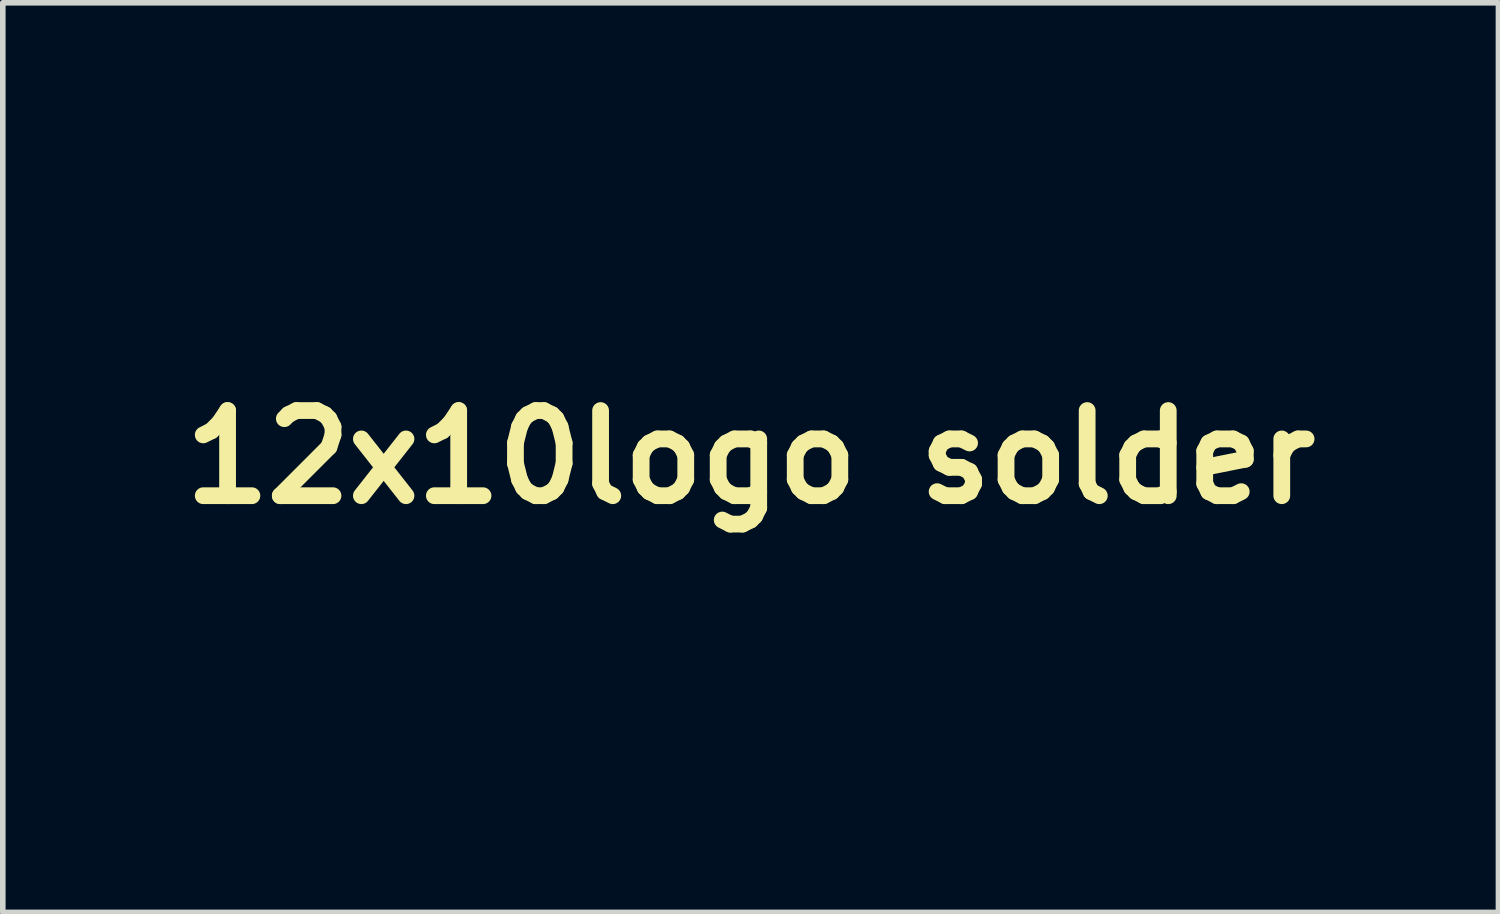
<source format=kicad_pcb>
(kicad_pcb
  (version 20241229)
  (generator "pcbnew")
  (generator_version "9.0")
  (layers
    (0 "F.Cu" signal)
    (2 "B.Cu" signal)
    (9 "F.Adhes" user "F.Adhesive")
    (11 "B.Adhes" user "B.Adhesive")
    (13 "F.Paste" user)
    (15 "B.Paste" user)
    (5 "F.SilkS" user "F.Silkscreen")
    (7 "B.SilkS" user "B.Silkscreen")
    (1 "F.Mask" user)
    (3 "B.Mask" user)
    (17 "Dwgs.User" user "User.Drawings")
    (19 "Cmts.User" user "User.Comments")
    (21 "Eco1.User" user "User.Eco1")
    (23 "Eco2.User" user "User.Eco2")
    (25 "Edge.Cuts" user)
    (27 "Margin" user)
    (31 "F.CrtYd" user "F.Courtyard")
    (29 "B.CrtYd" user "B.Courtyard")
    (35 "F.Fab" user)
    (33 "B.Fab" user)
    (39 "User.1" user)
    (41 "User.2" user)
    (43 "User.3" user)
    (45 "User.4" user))
  (footprint "12x10logo solder"
    (layer "F.Cu")
    (at 10.385 5.133)
    (property "Reference" "12x10logo solder" (at 0 0 0) (layer "F.SilkS") (effects (font (size 1.524 1.524) (thickness 0.3))))
    (attr through_hole)
    (fp_poly (pts (xy -3.111 4.763) (xy -3.251 4.763) (xy -3.251 3.759) (xy -3.111 3.759) (xy -3.111 4.763)) (stroke (width 0.01) (type solid)) (fill yes) (layer "F.Mask"))
    (fp_poly (pts (xy -3.12 3.373) (xy -3.088 3.413) (xy -3.078 3.453) (xy -3.088 3.49) (xy -3.113 3.519) (xy -3.148 3.538) (xy -3.187 3.543) (xy -3.226 3.532) (xy -3.249 3.514) (xy -3.273 3.473) (xy -3.272 3.429) (xy -3.249 3.387) (xy -3.245 3.384) (xy -3.204 3.358) (xy -3.16 3.354) (xy -3.12 3.373)) (stroke (width 0.01) (type solid)) (fill yes) (layer "F.Mask"))
    (fp_poly (pts (xy -4.771 3.435) (xy -4.693 3.436) (xy -4.632 3.437) (xy -4.586 3.44) (xy -4.549 3.444) (xy -4.518 3.449) (xy -4.489 3.456) (xy -4.461 3.464) (xy -4.362 3.507) (xy -4.28 3.569) (xy -4.215 3.645) (xy -4.17 3.733) (xy -4.147 3.831) (xy -4.146 3.935) (xy -4.153 3.984) (xy -4.186 4.085) (xy -4.237 4.17) (xy -4.308 4.239) (xy -4.382 4.283) (xy -4.445 4.313) (xy -4.358 4.433) (xy -4.314 4.495) (xy -4.265 4.563) (xy -4.22 4.627) (xy -4.199 4.658) (xy -4.125 4.763) (xy -4.206 4.762) (xy -4.286 4.761) (xy -4.432 4.552) (xy -4.578 4.344) (xy -5.042 4.343) (xy -5.042 4.763) (xy -5.195 4.763) (xy -5.192 4.216) (xy -5.042 4.216) (xy -4.809 4.216) (xy -4.71 4.216) (xy -4.632 4.213) (xy -4.574 4.209) (xy -4.531 4.202) (xy -4.513 4.198) (xy -4.449 4.169) (xy -4.388 4.124) (xy -4.339 4.07) (xy -4.317 4.033) (xy -4.301 3.978) (xy -4.293 3.91) (xy -4.295 3.838) (xy -4.307 3.772) (xy -4.308 3.767) (xy -4.336 3.712) (xy -4.381 3.659) (xy -4.437 3.614) (xy -4.49 3.588) (xy -4.519 3.579) (xy -4.555 3.572) (xy -4.603 3.567) (xy -4.665 3.563) (xy -4.746 3.56) (xy -4.797 3.559) (xy -5.042 3.553) (xy -5.042 4.216) (xy -5.192 4.216) (xy -5.191 4.099) (xy -5.188 3.435) (xy -4.87 3.435) (xy -4.771 3.435)) (stroke (width 0.01) (type solid)) (fill yes) (layer "F.Mask"))
    (fp_poly (pts (xy 5.055 3.556) (xy 4.449 3.556) (xy 4.434 3.718) (xy 4.427 3.784) (xy 4.421 3.846) (xy 4.415 3.896) (xy 4.411 3.927) (xy 4.411 3.927) (xy 4.404 3.975) (xy 4.519 3.975) (xy 4.665 3.981) (xy 4.789 3.999) (xy 4.893 4.029) (xy 4.976 4.071) (xy 5.04 4.127) (xy 5.086 4.195) (xy 5.119 4.289) (xy 5.129 4.383) (xy 5.116 4.474) (xy 5.083 4.558) (xy 5.032 4.633) (xy 4.963 4.694) (xy 4.878 4.739) (xy 4.805 4.761) (xy 4.728 4.771) (xy 4.638 4.774) (xy 4.548 4.77) (xy 4.469 4.759) (xy 4.454 4.755) (xy 4.372 4.73) (xy 4.293 4.695) (xy 4.227 4.655) (xy 4.207 4.639) (xy 4.166 4.604) (xy 4.231 4.497) (xy 4.293 4.542) (xy 4.381 4.592) (xy 4.483 4.627) (xy 4.589 4.645) (xy 4.695 4.645) (xy 4.782 4.63) (xy 4.856 4.597) (xy 4.914 4.55) (xy 4.957 4.492) (xy 4.982 4.426) (xy 4.988 4.358) (xy 4.975 4.29) (xy 4.941 4.228) (xy 4.902 4.186) (xy 4.869 4.162) (xy 4.83 4.144) (xy 4.782 4.129) (xy 4.722 4.119) (xy 4.646 4.112) (xy 4.549 4.107) (xy 4.495 4.105) (xy 4.26 4.099) (xy 4.294 3.767) (xy 4.304 3.678) (xy 4.312 3.598) (xy 4.319 3.53) (xy 4.325 3.478) (xy 4.329 3.444) (xy 4.33 3.432) (xy 4.342 3.431) (xy 4.377 3.431) (xy 4.43 3.43) (xy 4.5 3.429) (xy 4.582 3.429) (xy 4.673 3.429) (xy 4.693 3.429) (xy 5.055 3.429) (xy 5.055 3.556)) (stroke (width 0.01) (type solid)) (fill yes) (layer "F.Mask"))
    (fp_poly (pts (xy 3.179 3.428) (xy 3.306 3.455) (xy 3.312 3.457) (xy 3.36 3.474) (xy 3.385 3.491) (xy 3.39 3.514) (xy 3.376 3.547) (xy 3.366 3.565) (xy 3.341 3.606) (xy 3.28 3.578) (xy 3.247 3.564) (xy 3.212 3.556) (xy 3.168 3.552) (xy 3.108 3.55) (xy 3.086 3.55) (xy 3.022 3.551) (xy 2.976 3.554) (xy 2.94 3.561) (xy 2.905 3.573) (xy 2.881 3.584) (xy 2.792 3.638) (xy 2.721 3.71) (xy 2.669 3.8) (xy 2.634 3.907) (xy 2.618 4.031) (xy 2.617 4.083) (xy 2.617 4.185) (xy 2.645 4.147) (xy 2.713 4.075) (xy 2.795 4.021) (xy 2.888 3.985) (xy 2.986 3.968) (xy 3.087 3.969) (xy 3.185 3.99) (xy 3.277 4.03) (xy 3.35 4.083) (xy 3.411 4.15) (xy 3.449 4.225) (xy 3.468 4.312) (xy 3.471 4.369) (xy 3.46 4.471) (xy 3.427 4.561) (xy 3.372 4.637) (xy 3.298 4.699) (xy 3.206 4.745) (xy 3.175 4.755) (xy 3.115 4.767) (xy 3.042 4.773) (xy 2.965 4.773) (xy 2.895 4.767) (xy 2.867 4.761) (xy 2.766 4.725) (xy 2.68 4.669) (xy 2.608 4.593) (xy 2.551 4.498) (xy 2.51 4.385) (xy 2.508 4.376) (xy 2.667 4.376) (xy 2.679 4.453) (xy 2.711 4.521) (xy 2.762 4.576) (xy 2.828 4.619) (xy 2.907 4.647) (xy 2.996 4.658) (xy 3.091 4.651) (xy 3.11 4.647) (xy 3.189 4.619) (xy 3.254 4.571) (xy 3.301 4.51) (xy 3.328 4.437) (xy 3.334 4.357) (xy 3.323 4.29) (xy 3.289 4.216) (xy 3.237 4.159) (xy 3.166 4.119) (xy 3.077 4.096) (xy 3.034 4.092) (xy 2.934 4.096) (xy 2.847 4.118) (xy 2.775 4.157) (xy 2.72 4.211) (xy 2.683 4.279) (xy 2.668 4.36) (xy 2.667 4.376) (xy 2.508 4.376) (xy 2.485 4.256) (xy 2.477 4.116) (xy 2.483 3.981) (xy 2.502 3.865) (xy 2.536 3.764) (xy 2.585 3.675) (xy 2.644 3.601) (xy 2.727 3.527) (xy 2.826 3.473) (xy 2.936 3.437) (xy 3.055 3.422) (xy 3.179 3.428)) (stroke (width 0.01) (type solid)) (fill yes) (layer "F.Mask"))
    (fp_poly (pts (xy 0.163 3.766) (xy 0.213 3.769) (xy 0.25 3.774) (xy 0.281 3.782) (xy 0.313 3.795) (xy 0.315 3.796) (xy 0.365 3.825) (xy 0.412 3.863) (xy 0.426 3.878) (xy 0.448 3.906) (xy 0.466 3.934) (xy 0.48 3.965) (xy 0.491 4.003) (xy 0.498 4.05) (xy 0.503 4.11) (xy 0.506 4.185) (xy 0.508 4.28) (xy 0.508 4.396) (xy 0.508 4.409) (xy 0.508 4.763) (xy 0.381 4.763) (xy 0.381 4.622) (xy 0.338 4.665) (xy 0.277 4.714) (xy 0.207 4.747) (xy 0.122 4.766) (xy 0.057 4.771) (xy -0.01 4.772) (xy -0.06 4.768) (xy -0.104 4.759) (xy -0.124 4.752) (xy -0.196 4.719) (xy -0.249 4.677) (xy -0.291 4.619) (xy -0.305 4.591) (xy -0.327 4.518) (xy -0.327 4.5) (xy -0.188 4.5) (xy -0.187 4.503) (xy -0.169 4.563) (xy -0.132 4.611) (xy -0.082 4.643) (xy -0.07 4.647) (xy -0.025 4.655) (xy 0.035 4.659) (xy 0.098 4.658) (xy 0.154 4.653) (xy 0.178 4.648) (xy 0.243 4.619) (xy 0.302 4.572) (xy 0.34 4.524) (xy 0.357 4.488) (xy 0.366 4.446) (xy 0.368 4.39) (xy 0.368 4.303) (xy 0.149 4.307) (xy 0.069 4.309) (xy 0.009 4.311) (xy -0.034 4.314) (xy -0.065 4.319) (xy -0.087 4.325) (xy -0.106 4.335) (xy -0.116 4.34) (xy -0.161 4.381) (xy -0.185 4.433) (xy -0.188 4.5) (xy -0.327 4.5) (xy -0.326 4.442) (xy -0.303 4.37) (xy -0.259 4.305) (xy -0.237 4.284) (xy -0.202 4.256) (xy -0.162 4.236) (xy -0.115 4.221) (xy -0.055 4.212) (xy 0.02 4.206) (xy 0.116 4.204) (xy 0.155 4.204) (xy 0.368 4.204) (xy 0.368 4.132) (xy 0.359 4.056) (xy 0.334 3.99) (xy 0.294 3.94) (xy 0.274 3.925) (xy 0.196 3.891) (xy 0.108 3.878) (xy 0.012 3.885) (xy -0.088 3.912) (xy -0.158 3.943) (xy -0.199 3.964) (xy -0.231 3.978) (xy -0.247 3.985) (xy -0.248 3.985) (xy -0.255 3.973) (xy -0.27 3.947) (xy -0.278 3.935) (xy -0.306 3.888) (xy -0.248 3.854) (xy -0.181 3.817) (xy -0.122 3.792) (xy -0.063 3.777) (xy 0.004 3.769) (xy 0.087 3.766) (xy 0.095 3.766) (xy 0.163 3.766)) (stroke (width 0.01) (type solid)) (fill yes) (layer "F.Mask"))
    (fp_poly (pts (xy -1.222 4.289) (xy -1.223 4.428) (xy -1.225 4.544) (xy -1.226 4.64) (xy -1.229 4.717) (xy -1.233 4.78) (xy -1.239 4.829) (xy -1.246 4.869) (xy -1.256 4.9) (xy -1.269 4.927) (xy -1.285 4.951) (xy -1.304 4.975) (xy -1.323 4.997) (xy -1.394 5.06) (xy -1.478 5.105) (xy -1.579 5.132) (xy -1.698 5.142) (xy -1.725 5.142) (xy -1.786 5.14) (xy -1.85 5.133) (xy -1.899 5.125) (xy -1.988 5.099) (xy -2.07 5.065) (xy -2.136 5.026) (xy -2.143 5.021) (xy -2.184 4.99) (xy -2.151 4.94) (xy -2.131 4.91) (xy -2.117 4.892) (xy -2.114 4.889) (xy -2.102 4.896) (xy -2.075 4.912) (xy -2.055 4.926) (xy -1.996 4.961) (xy -1.94 4.985) (xy -1.879 5) (xy -1.807 5.008) (xy -1.721 5.01) (xy -1.653 5.01) (xy -1.605 5.007) (xy -1.57 5.003) (xy -1.543 4.995) (xy -1.518 4.983) (xy -1.454 4.939) (xy -1.408 4.887) (xy -1.378 4.821) (xy -1.362 4.738) (xy -1.359 4.664) (xy -1.359 4.556) (xy -1.411 4.604) (xy -1.454 4.637) (xy -1.506 4.669) (xy -1.535 4.685) (xy -1.57 4.7) (xy -1.603 4.71) (xy -1.639 4.715) (xy -1.687 4.718) (xy -1.746 4.718) (xy -1.81 4.718) (xy -1.855 4.715) (xy -1.891 4.709) (xy -1.923 4.699) (xy -1.96 4.683) (xy -1.968 4.679) (xy -2.064 4.621) (xy -2.139 4.547) (xy -2.195 4.458) (xy -2.23 4.353) (xy -2.237 4.32) (xy -2.242 4.231) (xy -2.102 4.231) (xy -2.097 4.315) (xy -2.075 4.39) (xy -2.073 4.396) (xy -2.021 4.474) (xy -1.954 4.535) (xy -1.875 4.577) (xy -1.786 4.6) (xy -1.693 4.602) (xy -1.598 4.583) (xy -1.556 4.566) (xy -1.475 4.518) (xy -1.415 4.453) (xy -1.374 4.375) (xy -1.355 4.282) (xy -1.353 4.242) (xy -1.361 4.151) (xy -1.388 4.074) (xy -1.435 4.006) (xy -1.451 3.988) (xy -1.521 3.933) (xy -1.601 3.897) (xy -1.687 3.88) (xy -1.775 3.881) (xy -1.86 3.901) (xy -1.939 3.937) (xy -2.006 3.99) (xy -2.058 4.059) (xy -2.063 4.069) (xy -2.091 4.146) (xy -2.102 4.231) (xy -2.242 4.231) (xy -2.243 4.208) (xy -2.226 4.102) (xy -2.186 4.006) (xy -2.126 3.921) (xy -2.045 3.849) (xy -1.968 3.805) (xy -1.93 3.787) (xy -1.897 3.776) (xy -1.863 3.769) (xy -1.82 3.766) (xy -1.761 3.766) (xy -1.746 3.766) (xy -1.682 3.766) (xy -1.636 3.769) (xy -1.6 3.775) (xy -1.567 3.785) (xy -1.529 3.801) (xy -1.527 3.802) (xy -1.468 3.836) (xy -1.415 3.877) (xy -1.397 3.894) (xy -1.346 3.949) (xy -1.346 3.759) (xy -1.218 3.759) (xy -1.222 4.289)) (stroke (width 0.01) (type solid)) (fill yes) (layer "F.Mask"))
    (fp_poly (pts (xy -1.782 -5.123) (xy -1.771 -5.098) (xy -1.775 -5.058) (xy -1.779 -5.044) (xy -1.783 -5.034) (xy -1.785 -5.022) (xy -1.787 -5.008) (xy -1.788 -4.99) (xy -1.789 -4.965) (xy -1.788 -4.932) (xy -1.785 -4.888) (xy -1.782 -4.832) (xy -1.777 -4.762) (xy -1.77 -4.675) (xy -1.762 -4.571) (xy -1.752 -4.445) (xy -1.74 -4.298) (xy -1.733 -4.204) (xy -1.719 -4.032) (xy -1.707 -3.883) (xy -1.696 -3.756) (xy -1.687 -3.649) (xy -1.678 -3.559) (xy -1.671 -3.485) (xy -1.664 -3.425) (xy -1.657 -3.378) (xy -1.651 -3.34) (xy -1.644 -3.311) (xy -1.637 -3.288) (xy -1.629 -3.27) (xy -1.621 -3.254) (xy -1.612 -3.24) (xy -1.589 -3.202) (xy -1.58 -3.173) (xy -1.582 -3.146) (xy -1.583 -3.143) (xy -1.586 -3.12) (xy -1.588 -3.075) (xy -1.589 -3.013) (xy -1.59 -2.939) (xy -1.59 -2.857) (xy -1.589 -2.824) (xy -1.586 -2.542) (xy -1.543 -2.496) (xy -1.514 -2.461) (xy -1.495 -2.423) (xy -1.484 -2.378) (xy -1.481 -2.32) (xy -1.483 -2.243) (xy -1.486 -2.185) (xy -1.485 -2.145) (xy -1.481 -2.119) (xy -1.473 -2.098) (xy -1.462 -2.082) (xy -1.444 -2.055) (xy -1.442 -2.037) (xy -1.453 -2.017) (xy -1.454 -2.016) (xy -1.461 -2.001) (xy -1.466 -1.977) (xy -1.47 -1.941) (xy -1.472 -1.889) (xy -1.473 -1.817) (xy -1.473 -1.769) (xy -1.473 -1.55) (xy -1.423 -1.472) (xy -1.381 -1.4) (xy -1.348 -1.327) (xy -1.327 -1.262) (xy -1.321 -1.214) (xy -1.325 -1.176) (xy -1.334 -1.13) (xy -1.339 -1.111) (xy -1.358 -1.05) (xy -1.314 -1.001) (xy -1.286 -0.968) (xy -1.273 -0.945) (xy -1.276 -0.922) (xy -1.291 -0.893) (xy -1.295 -0.886) (xy -1.305 -0.869) (xy -1.311 -0.849) (xy -1.316 -0.822) (xy -1.319 -0.784) (xy -1.32 -0.731) (xy -1.321 -0.658) (xy -1.321 -0.621) (xy -1.321 -0.397) (xy -1.237 -0.227) (xy -1.153 -0.058) (xy -1.162 0.152) (xy -1.171 0.362) (xy -1.132 0.411) (xy -1.109 0.443) (xy -1.094 0.467) (xy -1.092 0.475) (xy -1.1 0.493) (xy -1.119 0.521) (xy -1.13 0.535) (xy -1.167 0.58) (xy -1.159 0.721) (xy -1.152 0.862) (xy -1.062 0.869) (xy -1.028 0.871) (xy -0.973 0.873) (xy -0.899 0.875) (xy -0.81 0.877) (xy -0.711 0.879) (xy -0.603 0.882) (xy -0.5 0.884) (xy -0.028 0.891) (xy -0.021 0.76) (xy -0.018 0.709) (xy -0.015 0.638) (xy -0.011 0.552) (xy -0.007 0.459) (xy -0.003 0.363) (xy -0.001 0.319) (xy 0.003 0.232) (xy 0.007 0.154) (xy 0.012 0.088) (xy 0.016 0.038) (xy 0.02 0.006) (xy 0.023 -0.002) (xy 0.041 -0.01) (xy 0.075 -0.018) (xy 0.099 -0.021) (xy 0.128 -0.025) (xy 0.148 -0.029) (xy 0.159 -0.04) (xy 0.164 -0.06) (xy 0.163 -0.094) (xy 0.157 -0.147) (xy 0.152 -0.197) (xy 0.145 -0.279) (xy 0.146 -0.347) (xy 0.153 -0.396) (xy 0.179 -0.498) (xy 0.22 -0.605) (xy 0.272 -0.708) (xy 0.331 -0.798) (xy 0.37 -0.845) (xy 0.418 -0.897) (xy 0.431 -1.061) (xy 0.436 -1.143) (xy 0.443 -1.238) (xy 0.448 -1.332) (xy 0.452 -1.398) (xy 0.455 -1.467) (xy 0.456 -1.515) (xy 0.455 -1.548) (xy 0.451 -1.57) (xy 0.444 -1.587) (xy 0.433 -1.602) (xy 0.427 -1.608) (xy 0.395 -1.647) (xy 0.432 -1.683) (xy 0.461 -1.718) (xy 0.486 -1.762) (xy 0.491 -1.775) (xy 0.5 -1.8) (xy 0.505 -1.824) (xy 0.506 -1.852) (xy 0.503 -1.889) (xy 0.496 -1.943) (xy 0.49 -1.98) (xy 0.48 -2.061) (xy 0.476 -2.123) (xy 0.481 -2.172) (xy 0.495 -2.215) (xy 0.52 -2.257) (xy 0.552 -2.299) (xy 0.602 -2.36) (xy 0.637 -2.406) (xy 0.661 -2.441) (xy 0.675 -2.471) (xy 0.682 -2.499) (xy 0.682 -2.531) (xy 0.679 -2.57) (xy 0.679 -2.576) (xy 0.675 -2.631) (xy 0.677 -2.67) (xy 0.684 -2.702) (xy 0.697 -2.734) (xy 0.711 -2.77) (xy 0.719 -2.811) (xy 0.723 -2.863) (xy 0.724 -2.913) (xy 0.722 -2.97) (xy 0.718 -3.02) (xy 0.713 -3.056) (xy 0.709 -3.066) (xy 0.704 -3.101) (xy 0.72 -3.127) (xy 0.754 -3.137) (xy 0.757 -3.137) (xy 0.788 -3.127) (xy 0.803 -3.1) (xy 0.8 -3.057) (xy 0.794 -3.035) (xy 0.784 -2.995) (xy 0.777 -2.94) (xy 0.775 -2.884) (xy 0.775 -2.884) (xy 0.776 -2.831) (xy 0.78 -2.796) (xy 0.79 -2.769) (xy 0.808 -2.743) (xy 0.808 -2.742) (xy 0.823 -2.721) (xy 0.832 -2.701) (xy 0.836 -2.675) (xy 0.837 -2.638) (xy 0.834 -2.583) (xy 0.834 -2.577) (xy 0.827 -2.456) (xy 0.904 -2.361) (xy 0.941 -2.314) (xy 0.975 -2.267) (xy 0.999 -2.228) (xy 1.005 -2.216) (xy 1.023 -2.154) (xy 1.028 -2.079) (xy 1.02 -2.001) (xy 1.01 -1.961) (xy 0.998 -1.916) (xy 0.992 -1.874) (xy 0.991 -1.86) (xy 0.998 -1.825) (xy 1.018 -1.781) (xy 1.045 -1.736) (xy 1.074 -1.699) (xy 1.084 -1.691) (xy 1.103 -1.662) (xy 1.1 -1.63) (xy 1.089 -1.615) (xy 1.084 -1.597) (xy 1.08 -1.557) (xy 1.077 -1.499) (xy 1.075 -1.427) (xy 1.075 -1.345) (xy 1.077 -1.256) (xy 1.08 -1.165) (xy 1.084 -1.074) (xy 1.086 -1.045) (xy 1.094 -0.914) (xy 1.164 -0.803) (xy 1.224 -0.703) (xy 1.27 -0.616) (xy 1.304 -0.537) (xy 1.326 -0.459) (xy 1.339 -0.378) (xy 1.345 -0.286) (xy 1.346 -0.221) (xy 1.346 -0.054) (xy 1.4 -0.043) (xy 1.434 -0.034) (xy 1.451 -0.02) (xy 1.46 0.007) (xy 1.462 0.019) (xy 1.464 0.043) (xy 1.467 0.09) (xy 1.469 0.155) (xy 1.472 0.236) (xy 1.475 0.33) (xy 1.477 0.433) (xy 1.48 0.542) (xy 1.48 0.543) (xy 1.482 0.666) (xy 1.485 0.766) (xy 1.487 0.845) (xy 1.489 0.906) (xy 1.492 0.951) (xy 1.495 0.983) (xy 1.499 1.003) (xy 1.503 1.015) (xy 1.508 1.02) (xy 1.51 1.021) (xy 1.531 1.024) (xy 1.57 1.028) (xy 1.623 1.032) (xy 1.662 1.035) (xy 1.721 1.039) (xy 1.761 1.039) (xy 1.787 1.037) (xy 1.805 1.03) (xy 1.819 1.019) (xy 1.823 1.015) (xy 1.865 0.992) (xy 1.903 0.987) (xy 1.938 0.989) (xy 1.963 0.996) (xy 1.985 1.014) (xy 2.011 1.048) (xy 2.021 1.063) (xy 2.046 1.106) (xy 2.059 1.148) (xy 2.064 1.196) (xy 2.067 1.238) (xy 2.076 1.271) (xy 2.092 1.306) (xy 2.12 1.35) (xy 2.128 1.361) (xy 2.185 1.44) (xy 2.234 1.497) (xy 2.279 1.537) (xy 2.322 1.56) (xy 2.356 1.569) (xy 2.387 1.572) (xy 2.435 1.573) (xy 2.495 1.574) (xy 2.563 1.573) (xy 2.633 1.572) (xy 2.701 1.57) (xy 2.762 1.567) (xy 2.811 1.564) (xy 2.843 1.561) (xy 2.853 1.558) (xy 2.855 1.544) (xy 2.858 1.508) (xy 2.861 1.452) (xy 2.865 1.379) (xy 2.869 1.294) (xy 2.872 1.198) (xy 2.875 1.121) (xy 2.889 0.692) (xy 2.958 0.683) (xy 2.997 0.677) (xy 3.022 0.672) (xy 3.029 0.67) (xy 3.031 0.657) (xy 3.035 0.619) (xy 3.042 0.559) (xy 3.052 0.477) (xy 3.064 0.375) (xy 3.078 0.253) (xy 3.094 0.114) (xy 3.112 -0.043) (xy 3.131 -0.216) (xy 3.152 -0.403) (xy 3.175 -0.604) (xy 3.199 -0.817) (xy 3.208 -0.895) (xy 3.221 -1.009) (xy 3.232 -1.119) (xy 3.243 -1.221) (xy 3.252 -1.312) (xy 3.259 -1.389) (xy 3.264 -1.448) (xy 3.267 -1.485) (xy 3.267 -1.488) (xy 3.269 -1.538) (xy 3.273 -1.567) (xy 3.28 -1.583) (xy 3.292 -1.59) (xy 3.302 -1.592) (xy 3.326 -1.596) (xy 3.335 -1.596) (xy 3.336 -1.583) (xy 3.339 -1.549) (xy 3.342 -1.498) (xy 3.347 -1.433) (xy 3.351 -1.365) (xy 3.357 -1.275) (xy 3.364 -1.17) (xy 3.371 -1.052) (xy 3.38 -0.924) (xy 3.389 -0.788) (xy 3.398 -0.647) (xy 3.408 -0.503) (xy 3.418 -0.358) (xy 3.428 -0.214) (xy 3.437 -0.075) (xy 3.447 0.058) (xy 3.455 0.183) (xy 3.463 0.296) (xy 3.47 0.397) (xy 3.476 0.481) (xy 3.481 0.548) (xy 3.485 0.594) (xy 3.487 0.617) (xy 3.487 0.619) (xy 3.494 0.672) (xy 3.573 0.676) (xy 3.651 0.679) (xy 3.659 0.94) (xy 3.662 1.023) (xy 3.664 1.102) (xy 3.666 1.172) (xy 3.667 1.227) (xy 3.668 1.262) (xy 3.669 1.265) (xy 3.67 1.29) (xy 3.674 1.312) (xy 3.684 1.335) (xy 3.701 1.363) (xy 3.727 1.4) (xy 3.766 1.451) (xy 3.799 1.491) (xy 3.927 1.653) (xy 4.316 1.645) (xy 4.417 1.643) (xy 4.514 1.641) (xy 4.602 1.638) (xy 4.678 1.636) (xy 4.738 1.633) (xy 4.777 1.631) (xy 4.784 1.631) (xy 4.862 1.624) (xy 4.869 1.552) (xy 4.871 1.524) (xy 4.874 1.473) (xy 4.877 1.404) (xy 4.881 1.318) (xy 4.886 1.219) (xy 4.89 1.11) (xy 4.895 0.995) (xy 4.897 0.94) (xy 4.902 0.825) (xy 4.906 0.719) (xy 4.91 0.623) (xy 4.914 0.54) (xy 4.917 0.474) (xy 4.92 0.426) (xy 4.922 0.399) (xy 4.923 0.395) (xy 4.937 0.391) (xy 4.97 0.388) (xy 5.017 0.385) (xy 5.036 0.383) (xy 5.144 0.378) (xy 5.144 0.424) (xy 5.145 0.454) (xy 5.156 0.467) (xy 5.181 0.47) (xy 5.187 0.47) (xy 5.216 0.468) (xy 5.229 0.457) (xy 5.234 0.429) (xy 5.235 0.422) (xy 5.24 0.39) (xy 5.252 0.376) (xy 5.276 0.37) (xy 5.316 0.37) (xy 5.354 0.374) (xy 5.384 0.383) (xy 5.397 0.402) (xy 5.4 0.423) (xy 5.405 0.449) (xy 5.417 0.461) (xy 5.444 0.466) (xy 5.458 0.467) (xy 5.512 0.471) (xy 5.512 0.426) (xy 5.515 0.395) (xy 5.526 0.378) (xy 5.551 0.372) (xy 5.594 0.375) (xy 5.614 0.378) (xy 5.654 0.385) (xy 5.675 0.393) (xy 5.685 0.407) (xy 5.687 0.422) (xy 5.692 0.443) (xy 5.703 0.454) (xy 5.729 0.457) (xy 5.753 0.457) (xy 5.79 0.456) (xy 5.809 0.45) (xy 5.817 0.436) (xy 5.819 0.422) (xy 5.823 0.403) (xy 5.832 0.392) (xy 5.854 0.387) (xy 5.895 0.384) (xy 5.902 0.384) (xy 5.982 0.38) (xy 5.982 0.425) (xy 5.984 0.455) (xy 5.995 0.468) (xy 6.012 0.47) (xy 6.066 0.466) (xy 6.104 0.454) (xy 6.121 0.436) (xy 6.121 0.431) (xy 6.133 0.404) (xy 6.168 0.388) (xy 6.226 0.381) (xy 6.236 0.381) (xy 6.302 0.381) (xy 6.294 0.505) (xy 6.291 0.572) (xy 6.286 0.652) (xy 6.282 0.733) (xy 6.28 0.781) (xy 6.278 0.824) (xy 6.275 0.89) (xy 6.271 0.974) (xy 6.266 1.074) (xy 6.261 1.187) (xy 6.255 1.31) (xy 6.248 1.439) (xy 6.242 1.571) (xy 6.241 1.585) (xy 6.209 2.236) (xy 6.281 2.302) (xy 6.354 2.368) (xy 6.345 2.603) (xy 6.342 2.69) (xy 6.338 2.78) (xy 6.334 2.865) (xy 6.331 2.937) (xy 6.329 2.975) (xy 6.321 3.111) (xy -6.321 3.111) (xy -6.329 2.753) (xy -6.332 2.645) (xy -6.335 2.532) (xy -6.338 2.42) (xy -6.341 2.315) (xy -6.344 2.225) (xy -6.346 2.172) (xy -6.354 1.949) (xy -6.269 1.954) (xy -6.185 1.958) (xy -6.185 1.757) (xy -6.056 1.729) (xy -6.002 1.717) (xy -5.957 1.707) (xy -5.929 1.699) (xy -5.921 1.696) (xy -5.92 1.682) (xy -5.92 1.647) (xy -5.921 1.592) (xy -5.922 1.52) (xy -5.924 1.436) (xy -5.927 1.341) (xy -5.929 1.287) (xy -5.932 1.189) (xy -5.935 1.098) (xy -5.937 1.02) (xy -5.938 0.956) (xy -5.939 0.909) (xy -5.939 0.884) (xy -5.938 0.879) (xy -5.925 0.876) (xy -5.891 0.871) (xy -5.841 0.864) (xy -5.781 0.856) (xy -5.766 0.854) (xy -5.598 0.834) (xy -5.605 0.744) (xy -5.607 0.706) (xy -5.61 0.647) (xy -5.611 0.573) (xy -5.613 0.487) (xy -5.614 0.395) (xy -5.615 0.331) (xy -5.617 0.008) (xy -5.549 0.011) (xy -5.509 0.014) (xy -5.481 0.018) (xy -5.473 0.02) (xy -5.468 0.011) (xy -5.462 -0.019) (xy -5.457 -0.064) (xy -5.453 -0.12) (xy -5.45 -0.183) (xy -5.448 -0.247) (xy -5.448 -0.273) (xy -5.448 -0.325) (xy -5.446 -0.357) (xy -5.44 -0.375) (xy -5.428 -0.385) (xy -5.411 -0.393) (xy -5.375 -0.411) (xy -5.353 -0.43) (xy -5.343 -0.456) (xy -5.345 -0.495) (xy -5.356 -0.552) (xy -5.359 -0.564) (xy -5.371 -0.616) (xy -5.38 -0.659) (xy -5.384 -0.688) (xy -5.385 -0.694) (xy -5.38 -0.714) (xy -5.368 -0.751) (xy -5.351 -0.797) (xy -5.347 -0.807) (xy -5.336 -0.835) (xy -5.327 -0.861) (xy -5.321 -0.887) (xy -5.315 -0.918) (xy -5.311 -0.956) (xy -5.307 -1.006) (xy -5.304 -1.071) (xy -5.3 -1.154) (xy -5.296 -1.254) (xy -5.293 -1.35) (xy -5.289 -1.443) (xy -5.285 -1.527) (xy -5.281 -1.598) (xy -5.278 -1.652) (xy -5.276 -1.685) (xy -5.268 -1.739) (xy -5.255 -1.778) (xy -5.24 -1.799) (xy -5.224 -1.799) (xy -5.221 -1.797) (xy -5.215 -1.779) (xy -5.208 -1.737) (xy -5.2 -1.671) (xy -5.192 -1.58) (xy -5.183 -1.465) (xy -5.173 -1.324) (xy -5.164 -1.175) (xy -5.147 -0.895) (xy -5.1 -0.802) (xy -5.053 -0.709) (xy -5.072 -0.593) (xy -5.079 -0.534) (xy -5.082 -0.488) (xy -5.081 -0.46) (xy -5.079 -0.456) (xy -5.061 -0.44) (xy -5.028 -0.425) (xy -5.011 -0.419) (xy -4.953 -0.403) (xy -4.953 0.008) (xy -4.877 0.002) (xy -4.801 -0.003) (xy -4.8 0.097) (xy -4.798 0.173) (xy -4.797 0.257) (xy -4.794 0.346) (xy -4.791 0.434) (xy -4.788 0.52) (xy -4.785 0.598) (xy -4.782 0.666) (xy -4.779 0.719) (xy -4.776 0.754) (xy -4.774 0.767) (xy -4.76 0.773) (xy -4.726 0.785) (xy -4.678 0.801) (xy -4.62 0.819) (xy -4.616 0.82) (xy -4.557 0.838) (xy -4.507 0.855) (xy -4.471 0.867) (xy -4.455 0.875) (xy -4.454 0.875) (xy -4.451 0.89) (xy -4.448 0.926) (xy -4.444 0.982) (xy -4.439 1.053) (xy -4.435 1.136) (xy -4.431 1.228) (xy -4.43 1.245) (xy -4.426 1.339) (xy -4.422 1.425) (xy -4.418 1.499) (xy -4.413 1.558) (xy -4.409 1.6) (xy -4.406 1.62) (xy -4.405 1.621) (xy -4.388 1.628) (xy -4.353 1.638) (xy -4.304 1.647) (xy -4.279 1.651) (xy -4.226 1.66) (xy -4.181 1.671) (xy -4.152 1.682) (xy -4.145 1.686) (xy -4.133 1.713) (xy -4.128 1.765) (xy -4.128 1.79) (xy -4.126 1.841) (xy -4.123 1.888) (xy -4.12 1.916) (xy -4.113 1.939) (xy -4.102 1.951) (xy -4.078 1.955) (xy -4.047 1.956) (xy -3.981 1.956) (xy -3.999 0.796) (xy -3.961 0.751) (xy -3.946 0.731) (xy -3.936 0.714) (xy -3.93 0.693) (xy -3.926 0.663) (xy -3.925 0.619) (xy -3.925 0.556) (xy -3.925 0.54) (xy -3.926 0.461) (xy -3.929 0.403) (xy -3.935 0.365) (xy -3.943 0.343) (xy -3.96 0.296) (xy -3.954 0.256) (xy -3.937 0.235) (xy -3.918 0.209) (xy -3.913 0.176) (xy -3.924 0.13) (xy -3.932 0.106) (xy -3.944 0.071) (xy -3.945 0.046) (xy -3.935 0.018) (xy -3.929 0.004) (xy -3.905 -0.031) (xy -3.868 -0.07) (xy -3.839 -0.094) (xy -3.772 -0.143) (xy -3.772 -0.376) (xy -3.771 -0.472) (xy -3.769 -0.548) (xy -3.764 -0.604) (xy -3.759 -0.636) (xy -3.757 -0.64) (xy -3.75 -0.665) (xy -3.759 -0.684) (xy -3.773 -0.697) (xy -3.793 -0.715) (xy -3.795 -0.729) (xy -3.78 -0.748) (xy -3.751 -0.77) (xy -3.714 -0.788) (xy -3.714 -0.788) (xy -3.673 -0.813) (xy -3.649 -0.848) (xy -3.626 -0.885) (xy -3.607 -0.897) (xy -3.59 -0.884) (xy -3.577 -0.86) (xy -3.552 -0.821) (xy -3.514 -0.801) (xy -3.478 -0.784) (xy -3.45 -0.764) (xy -3.449 -0.763) (xy -3.435 -0.745) (xy -3.435 -0.728) (xy -3.447 -0.7) (xy -3.449 -0.698) (xy -3.462 -0.663) (xy -3.461 -0.63) (xy -3.456 -0.609) (xy -3.451 -0.58) (xy -3.447 -0.531) (xy -3.444 -0.467) (xy -3.442 -0.394) (xy -3.442 -0.353) (xy -3.442 -0.143) (xy -3.378 -0.104) (xy -3.323 -0.061) (xy -3.285 -0.012) (xy -3.265 0.039) (xy -3.266 0.087) (xy -3.283 0.121) (xy -3.299 0.151) (xy -3.296 0.178) (xy -3.275 0.21) (xy -3.262 0.225) (xy -3.221 0.267) (xy -3.25 0.318) (xy -3.262 0.342) (xy -3.27 0.365) (xy -3.275 0.394) (xy -3.276 0.434) (xy -3.276 0.49) (xy -3.275 0.527) (xy -3.273 0.592) (xy -3.27 0.638) (xy -3.266 0.668) (xy -3.259 0.688) (xy -3.248 0.703) (xy -3.235 0.716) (xy -3.213 0.738) (xy -3.201 0.751) (xy -3.2 0.752) (xy -3.199 0.765) (xy -3.197 0.8) (xy -3.192 0.851) (xy -3.187 0.916) (xy -3.181 0.984) (xy -3.175 1.061) (xy -3.17 1.131) (xy -3.166 1.19) (xy -3.163 1.233) (xy -3.162 1.253) (xy -3.161 1.277) (xy -3.154 1.289) (xy -3.134 1.295) (xy -3.095 1.298) (xy -3.091 1.298) (xy -3.019 1.302) (xy -2.997 1.359) (xy -2.982 1.394) (xy -2.967 1.41) (xy -2.945 1.415) (xy -2.935 1.415) (xy -2.912 1.415) (xy -2.867 1.415) (xy -2.805 1.414) (xy -2.729 1.413) (xy -2.643 1.413) (xy -2.565 1.412) (xy -2.235 1.41) (xy -2.235 0.604) (xy -2.281 0.557) (xy -2.327 0.51) (xy -2.293 0.466) (xy -2.265 0.413) (xy -2.252 0.349) (xy -2.254 0.27) (xy -2.269 0.189) (xy -2.28 0.127) (xy -2.289 0.061) (xy -2.292 0.005) (xy -2.292 0) (xy -2.291 -0.037) (xy -2.287 -0.068) (xy -2.278 -0.1) (xy -2.262 -0.14) (xy -2.236 -0.192) (xy -2.218 -0.227) (xy -2.144 -0.371) (xy -2.149 -0.616) (xy -2.15 -0.702) (xy -2.152 -0.767) (xy -2.155 -0.814) (xy -2.159 -0.846) (xy -2.164 -0.867) (xy -2.171 -0.881) (xy -2.175 -0.886) (xy -2.192 -0.907) (xy -2.195 -0.925) (xy -2.182 -0.948) (xy -2.171 -0.964) (xy -2.157 -0.984) (xy -2.151 -1.003) (xy -2.15 -1.029) (xy -2.155 -1.07) (xy -2.16 -1.097) (xy -2.168 -1.163) (xy -2.169 -1.219) (xy -2.161 -1.271) (xy -2.142 -1.327) (xy -2.111 -1.396) (xy -2.104 -1.411) (xy -2.073 -1.478) (xy -2.052 -1.535) (xy -2.039 -1.592) (xy -2.031 -1.644) (xy -2.023 -1.763) (xy -2.029 -1.87) (xy -2.051 -1.961) (xy -2.059 -1.983) (xy -2.072 -2.02) (xy -2.077 -2.049) (xy -2.076 -2.059) (xy -2.071 -2.077) (xy -2.066 -2.115) (xy -2.061 -2.167) (xy -2.057 -2.228) (xy -2.057 -2.23) (xy -2.052 -2.298) (xy -2.047 -2.347) (xy -2.04 -2.383) (xy -2.03 -2.413) (xy -2.015 -2.444) (xy -2.01 -2.453) (xy -1.971 -2.521) (xy -1.965 -2.801) (xy -1.963 -2.897) (xy -1.963 -2.97) (xy -1.964 -3.025) (xy -1.966 -3.063) (xy -1.969 -3.088) (xy -1.975 -3.103) (xy -1.976 -3.105) (xy -1.993 -3.143) (xy -1.984 -3.177) (xy -1.97 -3.193) (xy -1.962 -3.201) (xy -1.955 -3.212) (xy -1.949 -3.228) (xy -1.944 -3.251) (xy -1.939 -3.285) (xy -1.933 -3.332) (xy -1.928 -3.393) (xy -1.921 -3.473) (xy -1.913 -3.573) (xy -1.905 -3.683) (xy -1.889 -3.911) (xy -1.874 -4.116) (xy -1.862 -4.296) (xy -1.852 -4.455) (xy -1.844 -4.592) (xy -1.838 -4.709) (xy -1.834 -4.807) (xy -1.831 -4.886) (xy -1.831 -4.948) (xy -1.831 -4.972) (xy -1.833 -5.036) (xy -1.833 -5.08) (xy -1.831 -5.106) (xy -1.826 -5.12) (xy -1.817 -5.126) (xy -1.808 -5.128) (xy -1.782 -5.123)) (stroke (width 0.01) (type solid)) (fill yes) (layer "F.Mask")))
  (gr_rect
    (start -3 -3)
    (end 23.77 13.281)
    (stroke (width 0.1) (type default))
    (fill no)
    (layer "Edge.Cuts")))
</source>
